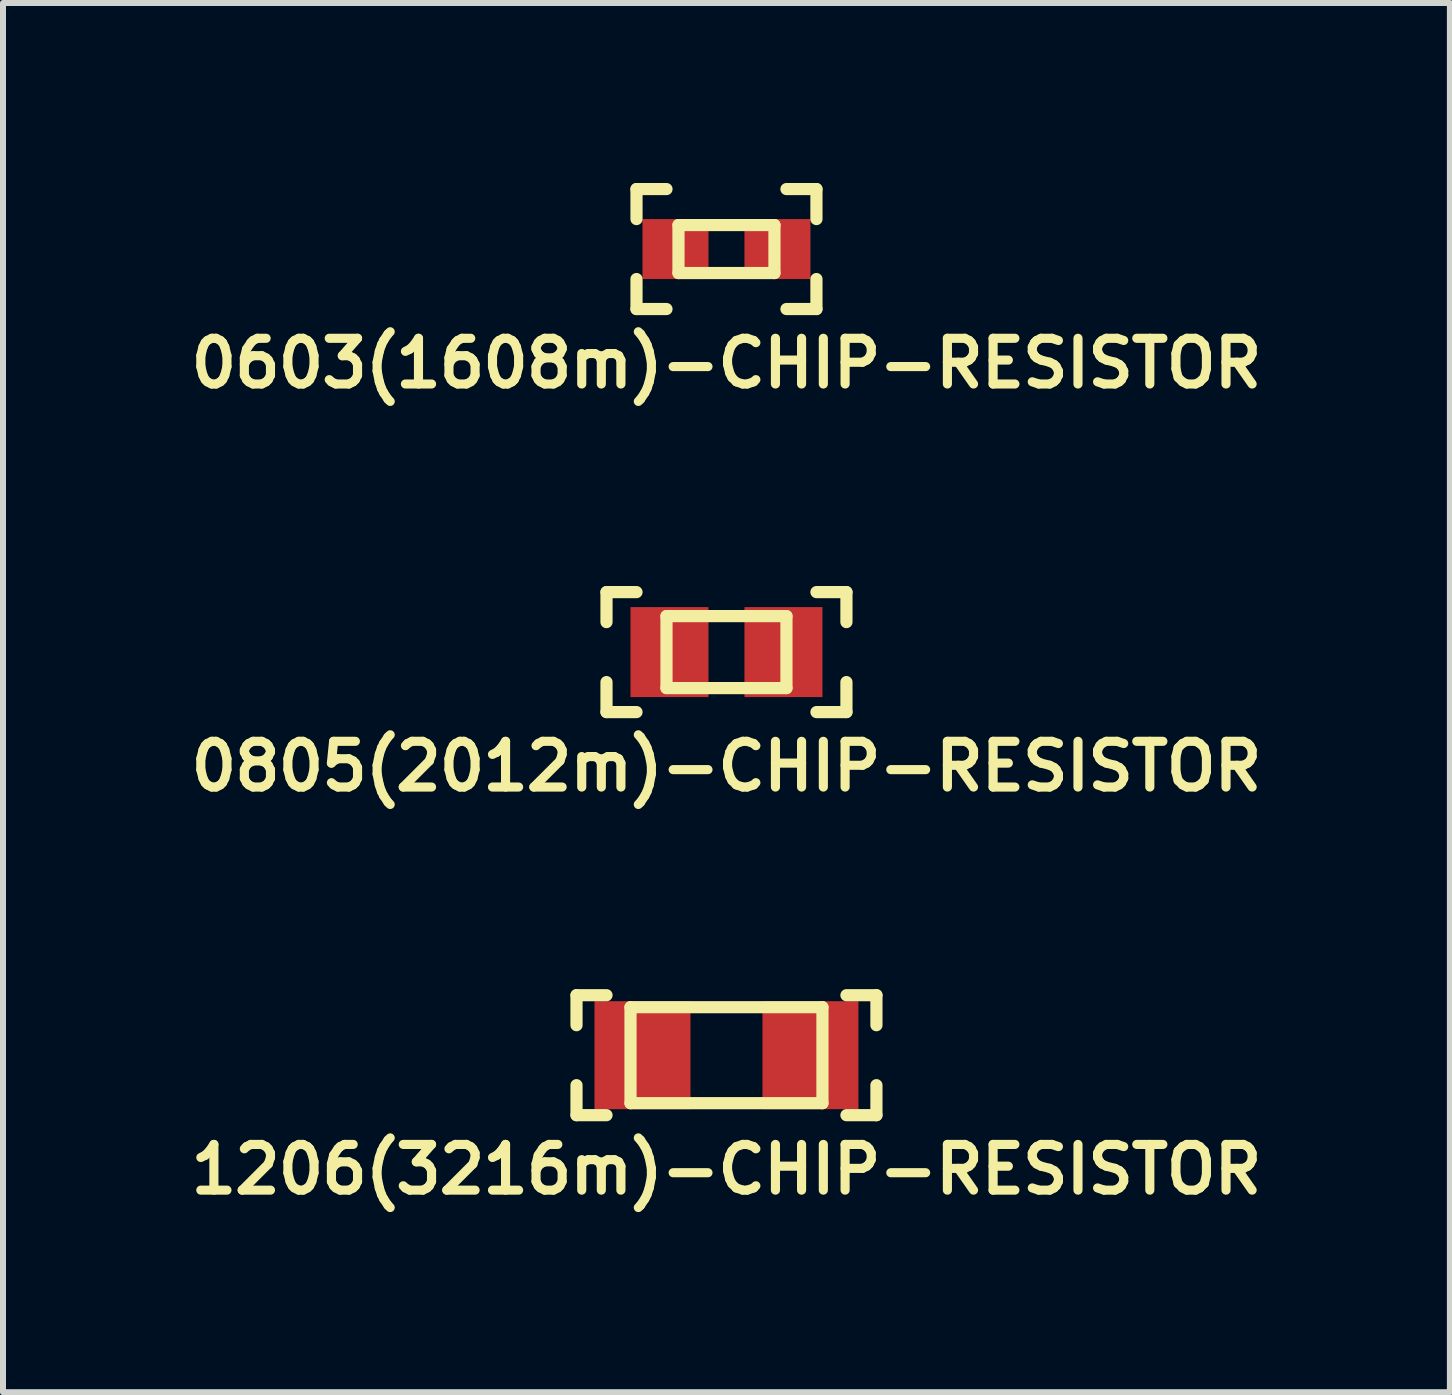
<source format=kicad_pcb>
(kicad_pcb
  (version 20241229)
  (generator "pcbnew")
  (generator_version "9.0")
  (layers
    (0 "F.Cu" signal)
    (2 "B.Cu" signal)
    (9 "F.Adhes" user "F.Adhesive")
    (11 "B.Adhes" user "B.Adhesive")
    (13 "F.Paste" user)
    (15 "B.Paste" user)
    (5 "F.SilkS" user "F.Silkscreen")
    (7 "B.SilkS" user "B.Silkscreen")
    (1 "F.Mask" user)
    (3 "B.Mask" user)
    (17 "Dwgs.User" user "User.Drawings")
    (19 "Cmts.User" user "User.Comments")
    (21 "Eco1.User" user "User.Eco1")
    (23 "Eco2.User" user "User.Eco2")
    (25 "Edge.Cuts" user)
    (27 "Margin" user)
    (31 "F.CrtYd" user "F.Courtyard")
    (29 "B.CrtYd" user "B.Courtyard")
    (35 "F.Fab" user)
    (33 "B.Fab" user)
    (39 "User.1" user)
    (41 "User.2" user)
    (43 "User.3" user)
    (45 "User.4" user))
  (footprint "0603(1608m)-CHIP-RESISTOR"
    (layer "F.Cu")
    (at 9.061 1.102)
    (property "Reference" "0603(1608m)-CHIP-RESISTOR" (at 0 1.905 0) (layer "F.SilkS") (effects (font (size 0.762 0.762) (thickness 0.152))))
    (attr through_hole)
    (fp_line (start -1.5 -1) (end -1 -1) (stroke (width 0.203) (type solid)) (layer "F.SilkS"))
    (fp_line (start -1.5 -0.5) (end -1.5 -1) (stroke (width 0.203) (type solid)) (layer "F.SilkS"))
    (fp_line (start -1.5 1) (end -1.5 0.5) (stroke (width 0.203) (type solid)) (layer "F.SilkS"))
    (fp_line (start -1 1) (end -1.5 1) (stroke (width 0.203) (type solid)) (layer "F.SilkS"))
    (fp_line (start -0.8 -0.4) (end -0.8 0.4) (stroke (width 0.203) (type solid)) (layer "F.SilkS"))
    (fp_line (start -0.8 0.4) (end 0.8 0.4) (stroke (width 0.203) (type solid)) (layer "F.SilkS"))
    (fp_line (start 0.8 -0.4) (end -0.8 -0.4) (stroke (width 0.203) (type solid)) (layer "F.SilkS"))
    (fp_line (start 0.8 0.4) (end 0.8 -0.4) (stroke (width 0.203) (type solid)) (layer "F.SilkS"))
    (fp_line (start 1 -1) (end 1.5 -1) (stroke (width 0.203) (type solid)) (layer "F.SilkS"))
    (fp_line (start 1.5 -1) (end 1.5 -0.5) (stroke (width 0.203) (type solid)) (layer "F.SilkS"))
    (fp_line (start 1.5 0.5) (end 1.5 1) (stroke (width 0.203) (type solid)) (layer "F.SilkS"))
    (fp_line (start 1.5 1) (end 1 1) (stroke (width 0.203) (type solid)) (layer "F.SilkS"))
    (pad "1" smd rect (at -0.85 0) (size 1.1 1) (layers "F.Cu" "F.Mask" "F.Paste"))
    (pad "2" smd rect (at 0.85 0) (size 1.1 1) (layers "F.Cu" "F.Mask" "F.Paste")))
  (footprint "0805(2012m)-CHIP-RESISTOR"
    (layer "F.Cu")
    (at 9.061 7.821)
    (property "Reference" "0805(2012m)-CHIP-RESISTOR" (at 0 1.905 0) (layer "F.SilkS") (effects (font (size 0.762 0.762) (thickness 0.152))))
    (attr through_hole)
    (fp_line (start -2 -1) (end -1.5 -1) (stroke (width 0.203) (type solid)) (layer "F.SilkS"))
    (fp_line (start -2 -0.5) (end -2 -1) (stroke (width 0.203) (type solid)) (layer "F.SilkS"))
    (fp_line (start -2 1) (end -2 0.5) (stroke (width 0.203) (type solid)) (layer "F.SilkS"))
    (fp_line (start -1.5 1) (end -2 1) (stroke (width 0.203) (type solid)) (layer "F.SilkS"))
    (fp_line (start -1 -0.6) (end -1 0.6) (stroke (width 0.203) (type solid)) (layer "F.SilkS"))
    (fp_line (start -1 0.6) (end 1 0.6) (stroke (width 0.203) (type solid)) (layer "F.SilkS"))
    (fp_line (start 1 -0.6) (end -1 -0.6) (stroke (width 0.203) (type solid)) (layer "F.SilkS"))
    (fp_line (start 1 0.6) (end 1 -0.6) (stroke (width 0.203) (type solid)) (layer "F.SilkS"))
    (fp_line (start 1.5 -1) (end 2 -1) (stroke (width 0.203) (type solid)) (layer "F.SilkS"))
    (fp_line (start 2 -1) (end 2 -0.5) (stroke (width 0.203) (type solid)) (layer "F.SilkS"))
    (fp_line (start 2 0.5) (end 2 1) (stroke (width 0.203) (type solid)) (layer "F.SilkS"))
    (fp_line (start 2 1) (end 1.5 1) (stroke (width 0.203) (type solid)) (layer "F.SilkS"))
    (pad "1" smd rect (at -0.95 0) (size 1.3 1.5) (layers "F.Cu" "F.Mask" "F.Paste"))
    (pad "2" smd rect (at 0.95 0) (size 1.3 1.5) (layers "F.Cu" "F.Mask" "F.Paste")))
  (footprint "1206(3216m)-CHIP-RESISTOR"
    (layer "F.Cu")
    (at 9.061 14.541)
    (property "Reference" "1206(3216m)-CHIP-RESISTOR" (at 0 1.905 0) (layer "F.SilkS") (effects (font (size 0.762 0.762) (thickness 0.152))))
    (attr through_hole)
    (fp_line (start -2.5 -1) (end -2 -1) (stroke (width 0.203) (type solid)) (layer "F.SilkS"))
    (fp_line (start -2.5 -0.5) (end -2.5 -1) (stroke (width 0.203) (type solid)) (layer "F.SilkS"))
    (fp_line (start -2.5 1) (end -2.5 0.5) (stroke (width 0.203) (type solid)) (layer "F.SilkS"))
    (fp_line (start -2 1) (end -2.5 1) (stroke (width 0.203) (type solid)) (layer "F.SilkS"))
    (fp_line (start -1.6 -0.8) (end -1.6 0.8) (stroke (width 0.203) (type solid)) (layer "F.SilkS"))
    (fp_line (start -1.6 0.8) (end 1.6 0.8) (stroke (width 0.203) (type solid)) (layer "F.SilkS"))
    (fp_line (start 1.6 -0.8) (end -1.6 -0.8) (stroke (width 0.203) (type solid)) (layer "F.SilkS"))
    (fp_line (start 1.6 0.8) (end 1.6 -0.8) (stroke (width 0.203) (type solid)) (layer "F.SilkS"))
    (fp_line (start 2 -1) (end 2.5 -1) (stroke (width 0.203) (type solid)) (layer "F.SilkS"))
    (fp_line (start 2.5 -1) (end 2.5 -0.5) (stroke (width 0.203) (type solid)) (layer "F.SilkS"))
    (fp_line (start 2.5 0.5) (end 2.5 1) (stroke (width 0.203) (type solid)) (layer "F.SilkS"))
    (fp_line (start 2.5 1) (end 2 1) (stroke (width 0.203) (type solid)) (layer "F.SilkS"))
    (pad "1" smd rect (at -1.4 0) (size 1.6 1.8) (layers "F.Cu" "F.Mask" "F.Paste"))
    (pad "2" smd rect (at 1.4 0) (size 1.6 1.8) (layers "F.Cu" "F.Mask" "F.Paste")))
  (gr_rect
    (start -3 -3)
    (end 21.121 20.159)
    (stroke (width 0.1) (type default))
    (fill no)
    (layer "Edge.Cuts")))
</source>
